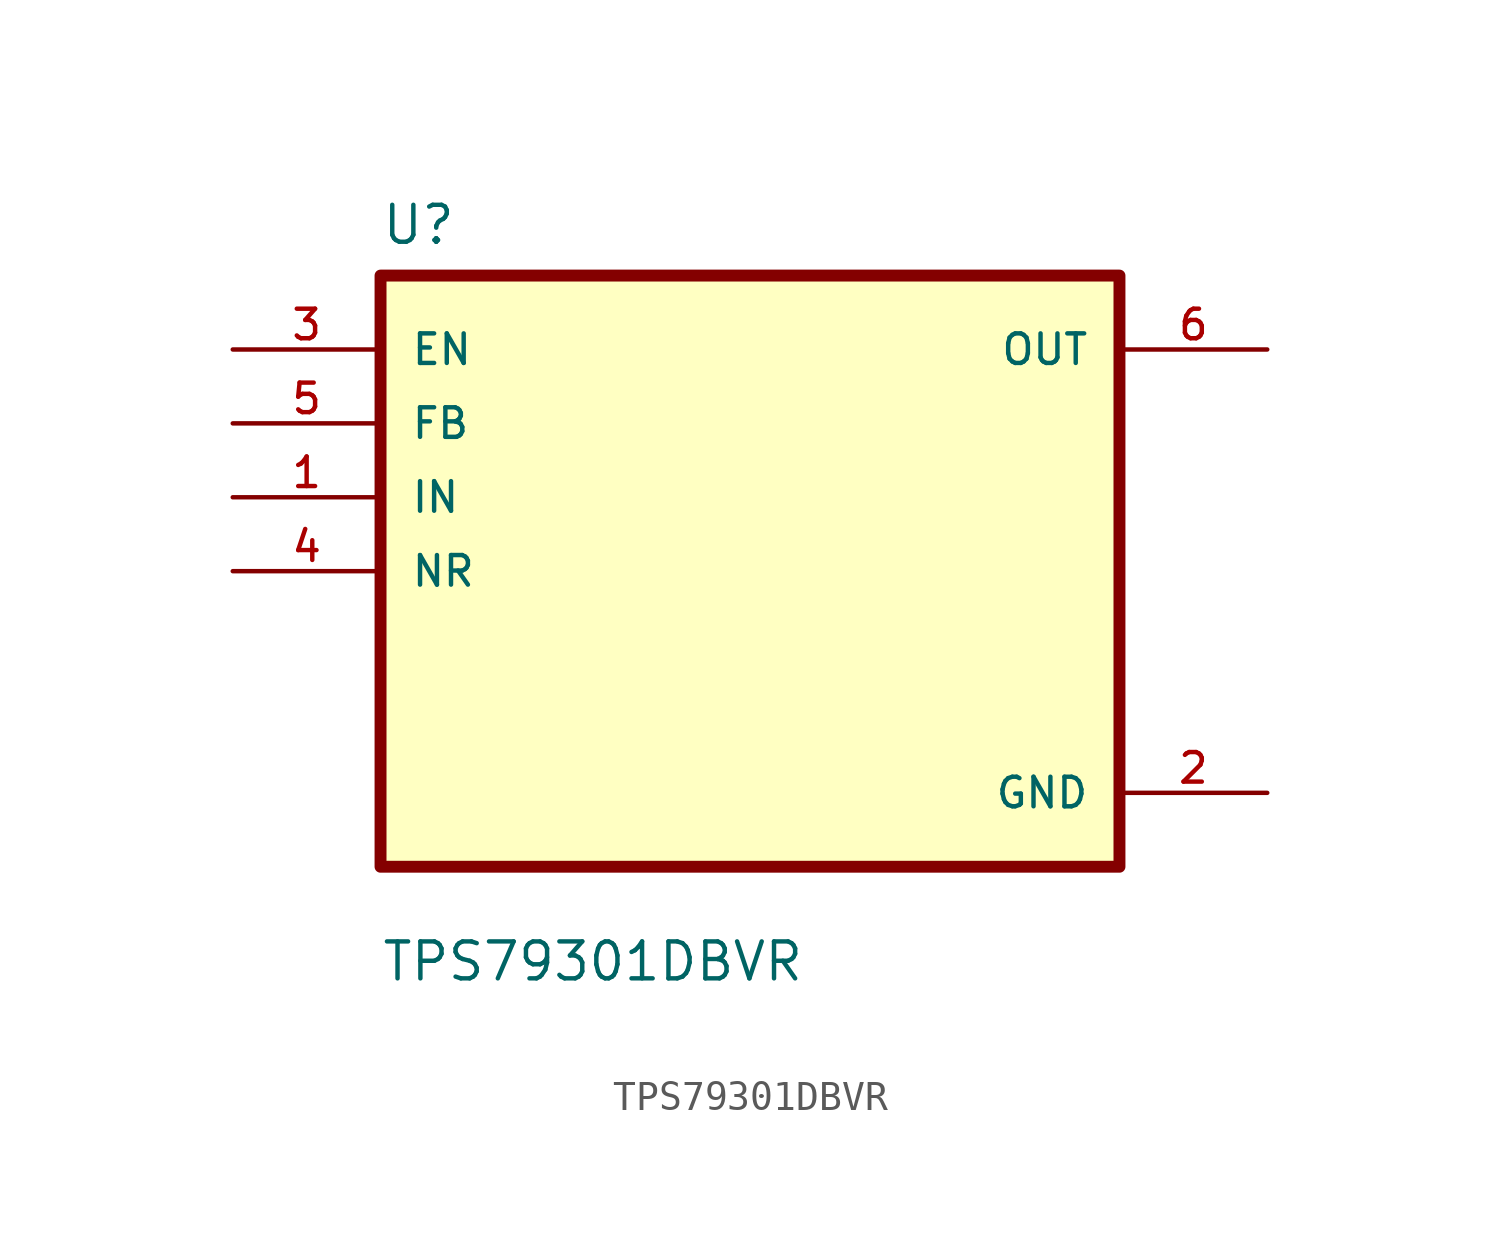
<source format=kicad_sym>
(kicad_symbol_lib
  (version 20211014)
  (generator kicad_symbol_editor)
  (symbol "TPS79301DBVR"
    (pin_names
      (offset 1.016))
    (property "Reference" "U"
      (at -12.7 11.16 0.0)
      (effects (font (size 1.27 1.27)) (justify bottom left)))
    (property "Value" "TPS79301DBVR"
      (at -12.7 -14.16 0.0)
      (effects (font (size 1.27 1.27)) (justify bottom left)))
    (symbol "TPS79301DBVR_0_0"
      (rectangle (start -12.7 -10.16) (end 12.7 10.16) (stroke (width 0.41)) (fill (type background)))
      (pin input line (at -17.78 7.62 0) (length 5.08) (name "EN" (effects (font (size 1.016 1.016)))) (number "3" (effects (font (size 1.016 1.016)))))
      (pin input line (at -17.78 5.08 0) (length 5.08) (name "FB" (effects (font (size 1.016 1.016)))) (number "5" (effects (font (size 1.016 1.016)))))
      (pin input line (at -17.78 2.54 0) (length 5.08) (name "IN" (effects (font (size 1.016 1.016)))) (number "1" (effects (font (size 1.016 1.016)))))
      (pin input line (at -17.78 0.0 0) (length 5.08) (name "NR" (effects (font (size 1.016 1.016)))) (number "4" (effects (font (size 1.016 1.016)))))
      (pin output line (at 17.78 7.62 180.0) (length 5.08) (name "OUT" (effects (font (size 1.016 1.016)))) (number "6" (effects (font (size 1.016 1.016)))))
      (pin power_in line (at 17.78 -7.62 180.0) (length 5.08) (name "GND" (effects (font (size 1.016 1.016)))) (number "2" (effects (font (size 1.016 1.016))))))))
</source>
